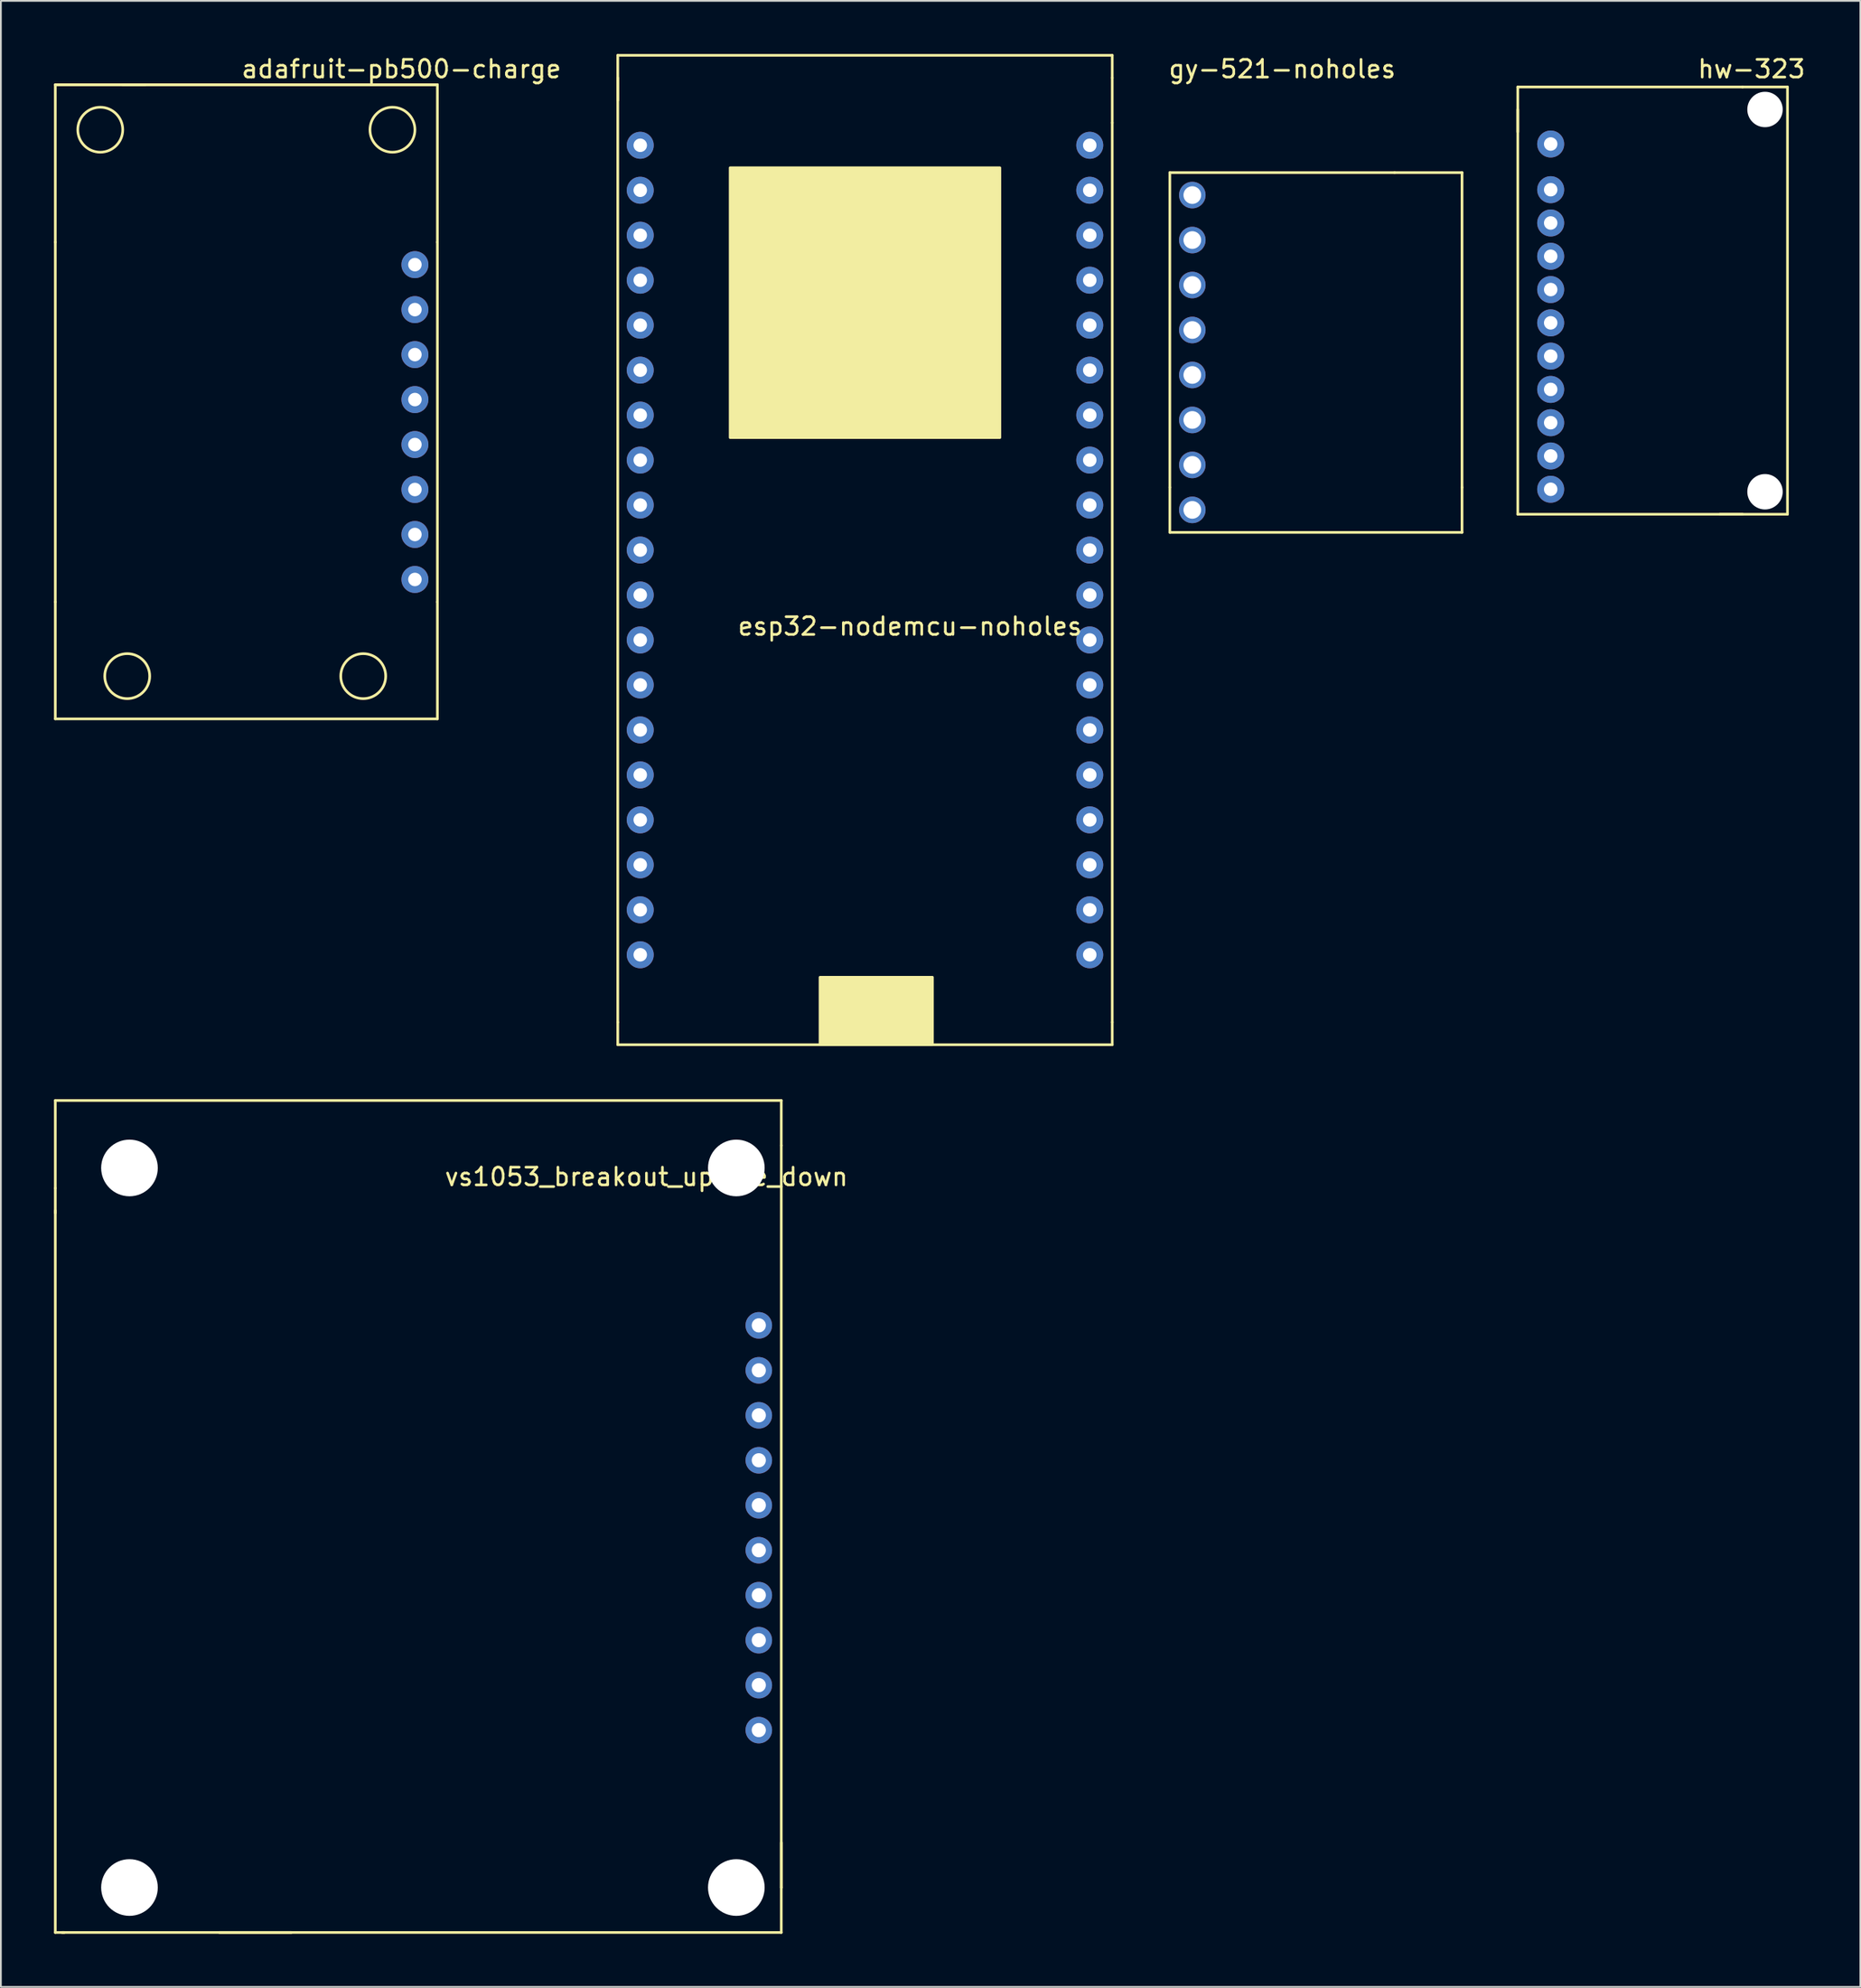
<source format=kicad_pcb>
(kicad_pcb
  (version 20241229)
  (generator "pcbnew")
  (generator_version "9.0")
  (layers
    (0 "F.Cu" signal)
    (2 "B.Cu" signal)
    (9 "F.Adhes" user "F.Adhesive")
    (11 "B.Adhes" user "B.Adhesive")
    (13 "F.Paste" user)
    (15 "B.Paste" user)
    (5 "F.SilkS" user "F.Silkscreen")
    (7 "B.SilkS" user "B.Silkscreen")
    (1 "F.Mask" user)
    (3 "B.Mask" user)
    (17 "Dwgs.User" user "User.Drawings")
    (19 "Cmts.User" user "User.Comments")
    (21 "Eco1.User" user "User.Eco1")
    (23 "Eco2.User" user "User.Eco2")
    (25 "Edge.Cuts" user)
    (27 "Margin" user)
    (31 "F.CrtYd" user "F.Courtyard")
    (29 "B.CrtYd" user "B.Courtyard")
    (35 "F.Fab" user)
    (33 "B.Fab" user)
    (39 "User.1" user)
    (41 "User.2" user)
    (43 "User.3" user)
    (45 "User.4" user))
  (footprint "hw-323"
    (layer "F.Cu")
    (at 86.522 3.134)
    (property "Reference" "hw-323" (at 9.398 -2.286 0) (layer "F.SilkS") (effects (font (size 1 1) (thickness 0.15))))
    (attr through_hole)
    (fp_line (start -3.81 -1.27) (end -3.81 1.27) (stroke (width 0.15) (type solid)) (layer "F.SilkS"))
    (fp_line (start -3.81 0) (end -3.81 22.86) (stroke (width 0.15) (type solid)) (layer "F.SilkS"))
    (fp_line (start -3.81 22.86) (end 8.89 22.86) (stroke (width 0.15) (type solid)) (layer "F.SilkS"))
    (fp_line (start 8.89 -1.27) (end -3.81 -1.27) (stroke (width 0.15) (type solid)) (layer "F.SilkS"))
    (fp_line (start 8.89 -1.27) (end 11.43 -1.27) (stroke (width 0.15) (type solid)) (layer "F.SilkS"))
    (fp_line (start 11.43 -1.27) (end 11.43 22.86) (stroke (width 0.15) (type solid)) (layer "F.SilkS"))
    (fp_line (start 11.43 22.86) (end 7.62 22.86) (stroke (width 0.15) (type solid)) (layer "F.SilkS"))
    (pad "" np_thru_hole circle (at 10.16 0) (size 2 2) (drill 2) (layers "*.Cu" "*.Mask"))
    (pad "" np_thru_hole circle (at 10.16 21.59) (size 2 2) (drill 2) (layers "*.Cu" "*.Mask"))
    (pad "1" thru_hole circle (at -1.95 1.95) (size 1.524 1.524) (drill 0.762) (layers "*.Cu" "*.Mask"))
    (pad "2" thru_hole circle (at -1.95 4.53) (size 1.524 1.524) (drill 0.762) (layers "*.Cu" "*.Mask"))
    (pad "3" thru_hole circle (at -1.95 6.41) (size 1.524 1.524) (drill 0.762) (layers "*.Cu" "*.Mask"))
    (pad "4" thru_hole circle (at -1.95 8.29) (size 1.524 1.524) (drill 0.762) (layers "*.Cu" "*.Mask"))
    (pad "5" thru_hole circle (at -1.95 10.17) (size 1.524 1.524) (drill 0.762) (layers "*.Cu" "*.Mask"))
    (pad "6" thru_hole circle (at -1.95 12.05) (size 1.524 1.524) (drill 0.762) (layers "*.Cu" "*.Mask"))
    (pad "7" thru_hole circle (at -1.95 13.93) (size 1.524 1.524) (drill 0.762) (layers "*.Cu" "*.Mask"))
    (pad "8" thru_hole circle (at -1.95 15.81) (size 1.524 1.524) (drill 0.762) (layers "*.Cu" "*.Mask"))
    (pad "9" thru_hole circle (at -1.95 17.69) (size 1.524 1.524) (drill 0.762) (layers "*.Cu" "*.Mask"))
    (pad "10" thru_hole circle (at -1.95 19.57) (size 1.524 1.524) (drill 0.762) (layers "*.Cu" "*.Mask"))
    (pad "11" thru_hole circle (at -1.95 21.45) (size 1.524 1.524) (drill 0.762) (layers "*.Cu" "*.Mask")))
  (footprint "adafruit-pb500-charge"
    (layer "F.Cu")
    (at 14.045 16.977)
    (property "Reference" "adafruit-pb500-charge" (at 5.588 -16.129 0) (layer "F.SilkS") (effects (font (size 1 1) (thickness 0.15))))
    (attr through_hole)
    (fp_line (start -13.97 -15.24) (end -8.89 -15.24) (stroke (width 0.15) (type solid)) (layer "F.SilkS"))
    (fp_line (start -13.97 -15.24) (end 7.62 -15.24) (stroke (width 0.15) (type solid)) (layer "F.SilkS"))
    (fp_line (start -13.97 -6.35) (end -13.97 -15.24) (stroke (width 0.15) (type solid)) (layer "F.SilkS"))
    (fp_line (start -13.97 -6.35) (end -13.97 13.97) (stroke (width 0.15) (type solid)) (layer "F.SilkS"))
    (fp_line (start -13.97 20.574) (end -13.97 13.97) (stroke (width 0.15) (type solid)) (layer "F.SilkS"))
    (fp_line (start -13.97 20.574) (end 7.62 20.574) (stroke (width 0.15) (type solid)) (layer "F.SilkS"))
    (fp_line (start 7.62 -15.24) (end -10.16 -15.24) (stroke (width 0.15) (type solid)) (layer "F.SilkS"))
    (fp_line (start 7.62 -6.35) (end 7.62 -15.24) (stroke (width 0.15) (type solid)) (layer "F.SilkS"))
    (fp_line (start 7.62 -6.35) (end 7.62 13.97) (stroke (width 0.15) (type solid)) (layer "F.SilkS"))
    (fp_line (start 7.62 20.574) (end 7.62 13.97) (stroke (width 0.15) (type solid)) (layer "F.SilkS"))
    (fp_circle (center -11.43 -12.7) (end -11.43 -11.43) (stroke (width 0.15) (type solid)) (fill no) (layer "F.SilkS"))
    (fp_circle (center -9.906 18.161) (end -8.636 18.161) (stroke (width 0.15) (type solid)) (fill no) (layer "F.SilkS"))
    (fp_circle (center 3.429 18.161) (end 3.429 19.431) (stroke (width 0.15) (type solid)) (fill no) (layer "F.SilkS"))
    (fp_circle (center 5.08 -12.7) (end 5.08 -13.97) (stroke (width 0.15) (type solid)) (fill no) (layer "F.SilkS"))
    (pad "1" thru_hole circle (at 6.35 -5.08) (size 1.524 1.524) (drill 0.762) (layers "*.Cu" "*.Mask"))
    (pad "2" thru_hole circle (at 6.35 -2.54) (size 1.524 1.524) (drill 0.762) (layers "*.Cu" "*.Mask"))
    (pad "3" thru_hole circle (at 6.35 0) (size 1.524 1.524) (drill 0.762) (layers "*.Cu" "*.Mask"))
    (pad "4" thru_hole circle (at 6.35 2.54) (size 1.524 1.524) (drill 0.762) (layers "*.Cu" "*.Mask"))
    (pad "5" thru_hole circle (at 6.35 5.08) (size 1.524 1.524) (drill 0.762) (layers "*.Cu" "*.Mask"))
    (pad "6" thru_hole circle (at 6.35 7.62) (size 1.524 1.524) (drill 0.762) (layers "*.Cu" "*.Mask"))
    (pad "7" thru_hole circle (at 6.35 10.16) (size 1.524 1.524) (drill 0.762) (layers "*.Cu" "*.Mask"))
    (pad "8" thru_hole circle (at 6.35 12.7) (size 1.524 1.524) (drill 0.762) (layers "*.Cu" "*.Mask")))
  (footprint "gy-521-noholes"
    (layer "F.Cu")
    (at 69.402 0.348)
    (property "Reference" "gy-521-noholes" (at 0 0.5 0) (layer "F.SilkS") (effects (font (size 1 1) (thickness 0.15))))
    (attr through_hole)
    (fp_line (start -6.35 6.35) (end 6.35 6.35) (stroke (width 0.15) (type solid)) (layer "F.SilkS"))
    (fp_line (start -6.35 24.13) (end -6.35 6.35) (stroke (width 0.15) (type solid)) (layer "F.SilkS"))
    (fp_line (start -6.35 24.13) (end -6.35 26.67) (stroke (width 0.15) (type solid)) (layer "F.SilkS"))
    (fp_line (start -6.35 26.67) (end 10.16 26.67) (stroke (width 0.15) (type solid)) (layer "F.SilkS"))
    (fp_line (start 6.35 6.35) (end 10.16 6.35) (stroke (width 0.15) (type solid)) (layer "F.SilkS"))
    (fp_line (start 10.16 6.35) (end 10.16 24.13) (stroke (width 0.15) (type solid)) (layer "F.SilkS"))
    (fp_line (start 10.16 26.67) (end 10.16 24.13) (stroke (width 0.15) (type solid)) (layer "F.SilkS"))
    (pad "1" thru_hole circle (at -5.08 7.62) (size 1.5 1.5) (drill 1) (layers "*.Cu" "*.Mask"))
    (pad "2" thru_hole circle (at -5.08 10.16) (size 1.5 1.5) (drill 1) (layers "*.Cu" "*.Mask"))
    (pad "3" thru_hole circle (at -5.08 12.7) (size 1.5 1.5) (drill 1) (layers "*.Cu" "*.Mask"))
    (pad "4" thru_hole circle (at -5.08 15.24) (size 1.5 1.5) (drill 1) (layers "*.Cu" "*.Mask"))
    (pad "5" thru_hole circle (at -5.08 17.78) (size 1.5 1.5) (drill 1) (layers "*.Cu" "*.Mask"))
    (pad "6" thru_hole circle (at -5.08 20.32) (size 1.5 1.5) (drill 1) (layers "*.Cu" "*.Mask"))
    (pad "7" thru_hole circle (at -5.08 22.86) (size 1.5 1.5) (drill 1) (layers "*.Cu" "*.Mask"))
    (pad "8" thru_hole circle (at -5.08 25.4) (size 1.5 1.5) (drill 1) (layers "*.Cu" "*.Mask")))
  (footprint "esp32-nodemcu-noholes"
    (layer "F.Cu")
    (at 48.367 31.825)
    (property "Reference" "esp32-nodemcu-noholes" (at 0 0.5 0) (layer "F.SilkS") (effects (font (size 1 1) (thickness 0.15))))
    (attr through_hole)
    (fp_line (start -16.51 -31.75) (end -16.51 -29.21) (stroke (width 0.15) (type solid)) (layer "F.SilkS"))
    (fp_line (start -16.51 22.86) (end -16.51 -30.48) (stroke (width 0.15) (type solid)) (layer "F.SilkS"))
    (fp_line (start -16.51 24.13) (end -16.51 22.86) (stroke (width 0.15) (type solid)) (layer "F.SilkS"))
    (fp_line (start 11.43 -31.75) (end -16.51 -31.75) (stroke (width 0.15) (type solid)) (layer "F.SilkS"))
    (fp_line (start 11.43 -30.48) (end 11.43 -31.75) (stroke (width 0.15) (type solid)) (layer "F.SilkS"))
    (fp_line (start 11.43 -30.48) (end 11.43 -27.94) (stroke (width 0.15) (type solid)) (layer "F.SilkS"))
    (fp_line (start 11.43 -27.94) (end 11.43 22.86) (stroke (width 0.15) (type solid)) (layer "F.SilkS"))
    (fp_line (start 11.43 22.86) (end 11.43 24.13) (stroke (width 0.15) (type solid)) (layer "F.SilkS"))
    (fp_line (start 11.43 24.13) (end -16.51 24.13) (stroke (width 0.15) (type solid)) (layer "F.SilkS"))
    (fp_poly (pts (xy -10.16 -25.4) (xy -10.16 -10.16) (xy 5.08 -10.16) (xy 5.08 -25.4)) (stroke (width 0.15) (type solid)) (fill yes) (layer "F.SilkS"))
    (fp_poly (pts (xy -5.08 20.32) (xy -5.08 24.13) (xy 1.27 24.13) (xy 1.27 20.32)) (stroke (width 0.15) (type solid)) (fill yes) (layer "F.SilkS"))
    (pad "1" thru_hole circle (at -15.24 -26.67) (size 1.524 1.524) (drill 0.762) (layers "*.Cu" "*.Mask"))
    (pad "2" thru_hole circle (at -15.24 -24.13) (size 1.524 1.524) (drill 0.762) (layers "*.Cu" "*.Mask"))
    (pad "3" thru_hole circle (at -15.24 -21.59) (size 1.524 1.524) (drill 0.762) (layers "*.Cu" "*.Mask"))
    (pad "4" thru_hole circle (at -15.24 -19.05) (size 1.524 1.524) (drill 0.762) (layers "*.Cu" "*.Mask"))
    (pad "5" thru_hole circle (at -15.24 -16.51) (size 1.524 1.524) (drill 0.762) (layers "*.Cu" "*.Mask"))
    (pad "6" thru_hole circle (at -15.24 -13.97) (size 1.524 1.524) (drill 0.762) (layers "*.Cu" "*.Mask"))
    (pad "7" thru_hole circle (at -15.24 -11.43) (size 1.524 1.524) (drill 0.762) (layers "*.Cu" "*.Mask"))
    (pad "8" thru_hole circle (at -15.24 -8.89) (size 1.524 1.524) (drill 0.762) (layers "*.Cu" "*.Mask"))
    (pad "9" thru_hole circle (at -15.24 -6.35) (size 1.524 1.524) (drill 0.762) (layers "*.Cu" "*.Mask"))
    (pad "10" thru_hole circle (at -15.24 -3.81) (size 1.524 1.524) (drill 0.762) (layers "*.Cu" "*.Mask"))
    (pad "11" thru_hole circle (at -15.24 -1.27) (size 1.524 1.524) (drill 0.762) (layers "*.Cu" "*.Mask"))
    (pad "12" thru_hole circle (at -15.24 1.27) (size 1.524 1.524) (drill 0.762) (layers "*.Cu" "*.Mask"))
    (pad "13" thru_hole circle (at -15.24 3.81) (size 1.524 1.524) (drill 0.762) (layers "*.Cu" "*.Mask"))
    (pad "14" thru_hole circle (at -15.24 6.35) (size 1.524 1.524) (drill 0.762) (layers "*.Cu" "*.Mask"))
    (pad "15" thru_hole circle (at -15.24 8.89) (size 1.524 1.524) (drill 0.762) (layers "*.Cu" "*.Mask"))
    (pad "16" thru_hole circle (at -15.24 11.43) (size 1.524 1.524) (drill 0.762) (layers "*.Cu" "*.Mask"))
    (pad "17" thru_hole circle (at -15.24 13.97) (size 1.524 1.524) (drill 0.762) (layers "*.Cu" "*.Mask"))
    (pad "18" thru_hole circle (at -15.24 16.51) (size 1.524 1.524) (drill 0.762) (layers "*.Cu" "*.Mask"))
    (pad "19" thru_hole circle (at -15.24 19.05) (size 1.524 1.524) (drill 0.762) (layers "*.Cu" "*.Mask"))
    (pad "20" thru_hole circle (at 10.16 19.05) (size 1.524 1.524) (drill 0.762) (layers "*.Cu" "*.Mask"))
    (pad "21" thru_hole circle (at 10.16 16.51) (size 1.524 1.524) (drill 0.762) (layers "*.Cu" "*.Mask"))
    (pad "22" thru_hole circle (at 10.16 13.97) (size 1.524 1.524) (drill 0.762) (layers "*.Cu" "*.Mask"))
    (pad "23" thru_hole circle (at 10.16 11.43) (size 1.524 1.524) (drill 0.762) (layers "*.Cu" "*.Mask"))
    (pad "24" thru_hole circle (at 10.16 8.89) (size 1.524 1.524) (drill 0.762) (layers "*.Cu" "*.Mask"))
    (pad "25" thru_hole circle (at 10.16 6.35) (size 1.524 1.524) (drill 0.762) (layers "*.Cu" "*.Mask"))
    (pad "26" thru_hole circle (at 10.16 3.81) (size 1.524 1.524) (drill 0.762) (layers "*.Cu" "*.Mask"))
    (pad "27" thru_hole circle (at 10.16 1.27) (size 1.524 1.524) (drill 0.762) (layers "*.Cu" "*.Mask"))
    (pad "28" thru_hole circle (at 10.16 -1.27) (size 1.524 1.524) (drill 0.762) (layers "*.Cu" "*.Mask"))
    (pad "29" thru_hole circle (at 10.16 -3.81) (size 1.524 1.524) (drill 0.762) (layers "*.Cu" "*.Mask"))
    (pad "30" thru_hole circle (at 10.16 -6.35) (size 1.524 1.524) (drill 0.762) (layers "*.Cu" "*.Mask"))
    (pad "31" thru_hole circle (at 10.16 -8.89) (size 1.524 1.524) (drill 0.762) (layers "*.Cu" "*.Mask"))
    (pad "32" thru_hole circle (at 10.16 -11.43) (size 1.524 1.524) (drill 0.762) (layers "*.Cu" "*.Mask"))
    (pad "33" thru_hole circle (at 10.16 -13.97) (size 1.524 1.524) (drill 0.762) (layers "*.Cu" "*.Mask"))
    (pad "34" thru_hole circle (at 10.16 -16.51) (size 1.524 1.524) (drill 0.762) (layers "*.Cu" "*.Mask"))
    (pad "35" thru_hole circle (at 10.16 -19.05) (size 1.524 1.524) (drill 0.762) (layers "*.Cu" "*.Mask"))
    (pad "36" thru_hole circle (at 10.16 -21.59) (size 1.524 1.524) (drill 0.762) (layers "*.Cu" "*.Mask"))
    (pad "37" thru_hole circle (at 10.16 -24.13) (size 1.524 1.524) (drill 0.762) (layers "*.Cu" "*.Mask"))
    (pad "38" thru_hole circle (at 10.16 -26.67) (size 1.524 1.524) (drill 0.762) (layers "*.Cu" "*.Mask")))
  (footprint "vs1053_breakout_upside_down"
    (layer "F.Cu")
    (at 33.476 62.915)
    (property "Reference" "vs1053_breakout_upside_down" (at 0 0.5 0) (layer "F.SilkS") (effects (font (size 1 1) (thickness 0.15))))
    (attr through_hole)
    (fp_line (start -33.401 -3.81) (end 7.62 -3.81) (stroke (width 0.15) (type solid)) (layer "F.SilkS"))
    (fp_line (start -33.401 1.143) (end -33.401 -3.81) (stroke (width 0.15) (type solid)) (layer "F.SilkS"))
    (fp_line (start -33.401 2.413) (end -33.401 43.18) (stroke (width 0.15) (type solid)) (layer "F.SilkS"))
    (fp_line (start -33.401 2.54) (end -33.401 1.143) (stroke (width 0.15) (type solid)) (layer "F.SilkS"))
    (fp_line (start -33.401 43.18) (end -32.893 43.18) (stroke (width 0.15) (type solid)) (layer "F.SilkS"))
    (fp_line (start -33.02 43.18) (end -20.066 43.18) (stroke (width 0.15) (type solid)) (layer "F.SilkS"))
    (fp_line (start 7.62 -1.27) (end 7.62 -3.81) (stroke (width 0.15) (type solid)) (layer "F.SilkS"))
    (fp_line (start 7.62 40.64) (end 7.62 -1.27) (stroke (width 0.15) (type solid)) (layer "F.SilkS"))
    (fp_line (start 7.62 40.64) (end 7.62 38.1) (stroke (width 0.15) (type solid)) (layer "F.SilkS"))
    (fp_line (start 7.62 40.64) (end 7.62 43.18) (stroke (width 0.15) (type solid)) (layer "F.SilkS"))
    (fp_line (start 7.62 43.18) (end -24.13 43.18) (stroke (width 0.15) (type solid)) (layer "F.SilkS"))
    (pad "" np_thru_hole circle (at -29.21 0) (size 3.2 3.2) (drill 3.2) (layers "*.Cu" "*.Mask"))
    (pad "" np_thru_hole circle (at -29.21 40.64) (size 3.2 3.2) (drill 3.2) (layers "*.Cu" "*.Mask"))
    (pad "" np_thru_hole circle (at 5.08 0) (size 3.2 3.2) (drill 3.2) (layers "*.Cu" "*.Mask"))
    (pad "" np_thru_hole circle (at 5.08 40.64) (size 3.2 3.2) (drill 3.2) (layers "*.Cu" "*.Mask"))
    (pad "1" thru_hole circle (at 6.35 8.89) (size 1.5 1.5) (drill 0.8) (layers "*.Cu" "*.Mask"))
    (pad "2" thru_hole circle (at 6.35 11.43) (size 1.5 1.5) (drill 0.8) (layers "*.Cu" "*.Mask"))
    (pad "3" thru_hole circle (at 6.35 13.97) (size 1.5 1.5) (drill 0.8) (layers "*.Cu" "*.Mask"))
    (pad "4" thru_hole circle (at 6.35 16.51) (size 1.5 1.5) (drill 0.8) (layers "*.Cu" "*.Mask"))
    (pad "5" thru_hole circle (at 6.35 19.05) (size 1.5 1.5) (drill 0.8) (layers "*.Cu" "*.Mask"))
    (pad "6" thru_hole circle (at 6.35 21.59) (size 1.5 1.5) (drill 0.8) (layers "*.Cu" "*.Mask"))
    (pad "7" thru_hole circle (at 6.35 24.13) (size 1.5 1.5) (drill 0.8) (layers "*.Cu" "*.Mask"))
    (pad "8" thru_hole circle (at 6.35 26.67) (size 1.5 1.5) (drill 0.8) (layers "*.Cu" "*.Mask"))
    (pad "9" thru_hole circle (at 6.35 29.21) (size 1.5 1.5) (drill 0.8) (layers "*.Cu" "*.Mask"))
    (pad "10" thru_hole circle (at 6.35 31.75) (size 1.5 1.5) (drill 0.8) (layers "*.Cu" "*.Mask")))
  (gr_rect
    (start -3 -3)
    (end 102.068 109.17)
    (stroke (width 0.1) (type default))
    (fill no)
    (layer "Edge.Cuts")))
</source>
